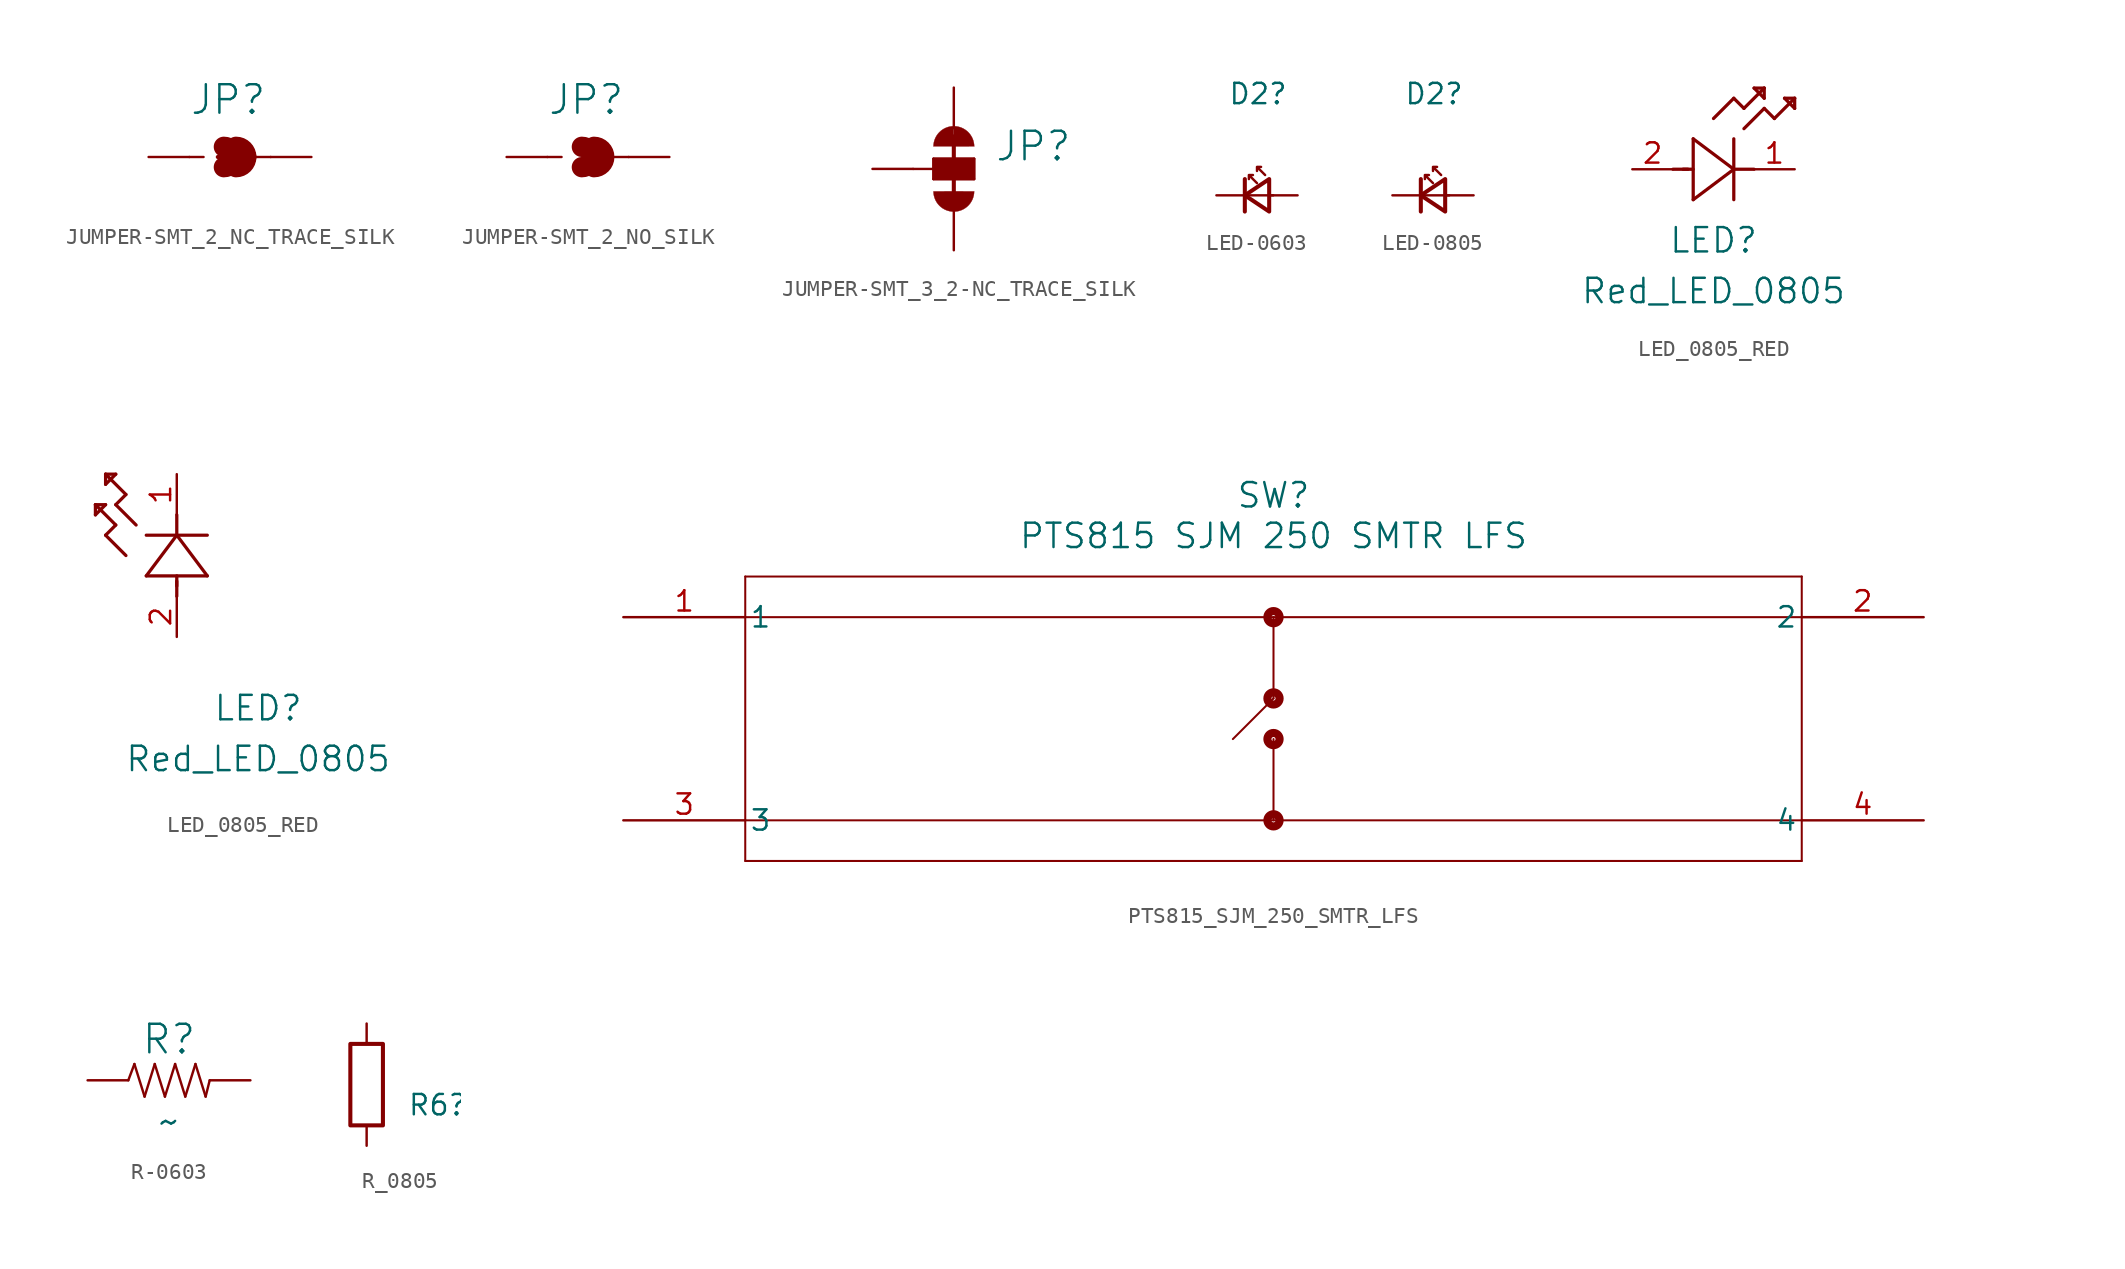
<source format=kicad_sym>
(kicad_symbol_lib
  (version 20220914)
  (generator kicad_symbol_editor)
  (symbol "JUMPER-SMT_2_NC_TRACE_SILK"
    (property "Reference" "JP"
      (at -2.54 2.54 0)
      (effects (font (size 1.778 1.778)) (justify left bottom)))
    (property "Value" ""
      (at -2.54 -2.54 0)
      (effects (font (size 1.778 1.778)) (justify left top)))
    (symbol "JUMPER-SMT_2_NC_TRACE_SILK_1_0"
      (arc (start -0.381 -0.635) (mid 0.2514 -0.0001) (end -0.3808 0.635) (stroke (width 1.27) (type solid)) (fill (type none)))
      (polyline (pts (xy -2.54 0) (xy -1.651 0)) (stroke (width 0.152) (type solid)) (fill (type none)))
      (polyline (pts (xy -0.762 0) (xy 1.016 0)) (stroke (width 0.254) (type solid)) (fill (type none)))
      (polyline (pts (xy 2.54 0) (xy 1.651 0)) (stroke (width 0.152) (type solid)) (fill (type none)))
      (arc (start 0.3809 -0.6351) (mid 0.83 -0.4491) (end 1.016 0) (stroke (width 1.27) (type solid)) (fill (type none)))
      (arc (start 1.0159 -0.0001) (mid 0.83 0.4489) (end 0.381 0.635) (stroke (width 1.27) (type solid)) (fill (type none)))
      (pin passive line (at -5.08 0 0) (length 2.54) (name "1" (effects (font (size 0 0)))) (number "1" (effects (font (size 0 0)))))
      (pin passive line (at 5.08 0 180) (length 2.54) (name "2" (effects (font (size 0 0)))) (number "2" (effects (font (size 0 0)))))))
  (symbol "JUMPER-SMT_2_NO_SILK"
    (property "Reference" "JP"
      (at -2.54 2.54 0)
      (effects (font (size 1.778 1.778)) (justify left bottom)))
    (property "Value" ""
      (at -2.54 -2.54 0)
      (effects (font (size 1.778 1.778)) (justify left top)))
    (symbol "JUMPER-SMT_2_NO_SILK_1_0"
      (arc (start -0.381 -0.635) (mid 0.2514 -0.0001) (end -0.3808 0.635) (stroke (width 1.27) (type solid)) (fill (type none)))
      (polyline (pts (xy -2.54 0) (xy -1.651 0)) (stroke (width 0.152) (type solid)) (fill (type none)))
      (polyline (pts (xy 2.54 0) (xy 1.651 0)) (stroke (width 0.152) (type solid)) (fill (type none)))
      (arc (start 0.3808 -0.635) (mid 1.0132 -0.0001) (end 0.381 0.635) (stroke (width 1.27) (type solid)) (fill (type none)))
      (pin passive line (at -5.08 0 0) (length 2.54) (name "1" (effects (font (size 0 0)))) (number "1" (effects (font (size 0 0)))))
      (pin passive line (at 5.08 0 180) (length 2.54) (name "2" (effects (font (size 0 0)))) (number "2" (effects (font (size 0 0)))))))
  (symbol "JUMPER-SMT_3_2-NC_TRACE_SILK"
    (property "Reference" "JP"
      (at 2.54 0.381 0)
      (effects (font (size 1.778 1.778)) (justify left bottom)))
    (property "Value" ""
      (at 2.54 -0.381 0)
      (effects (font (size 1.778 1.778)) (justify left top)))
    (symbol "JUMPER-SMT_3_2-NC_TRACE_SILK_1_0"
      (arc (start -1.27 -1.397) (mid 0 -2.6615) (end 1.27 -1.397) (stroke (width 0.0001) (type solid)) (fill (type outline)))
      (rectangle (start -1.27 -0.635) (end 1.27 0.635) (stroke (width 0) (type default)) (fill (type outline)))
      (polyline (pts (xy -2.54 0) (xy -1.27 0)) (stroke (width 0.152) (type solid)) (fill (type none)))
      (polyline (pts (xy -1.27 -0.635) (xy -1.27 0)) (stroke (width 0.152) (type solid)) (fill (type none)))
      (polyline (pts (xy -1.27 0) (xy -1.27 0.635)) (stroke (width 0.152) (type solid)) (fill (type none)))
      (polyline (pts (xy -1.27 0.635) (xy 1.27 0.635)) (stroke (width 0.152) (type solid)) (fill (type none)))
      (polyline (pts (xy 0 2.032) (xy 0 -1.778)) (stroke (width 0.254) (type solid)) (fill (type none)))
      (polyline (pts (xy 1.27 -0.635) (xy -1.27 -0.635)) (stroke (width 0.152) (type solid)) (fill (type none)))
      (polyline (pts (xy 1.27 0.635) (xy 1.27 -0.635)) (stroke (width 0.152) (type solid)) (fill (type none)))
      (arc (start 0 2.667) (mid -0.898 2.295) (end -1.27 1.397) (stroke (width 0.0001) (type solid)) (fill (type outline)))
      (arc (start 1.27 1.397) (mid 0.898 2.295) (end 0 2.667) (stroke (width 0.0001) (type solid)) (fill (type outline)))
      (pin passive line (at 0 5.08 270) (length 2.54) (name "1" (effects (font (size 0 0)))) (number "1" (effects (font (size 0 0)))))
      (pin passive line (at -5.08 0 0) (length 2.54) (name "2" (effects (font (size 0 0)))) (number "2" (effects (font (size 0 0)))))
      (pin passive line (at 0 -5.08 90) (length 2.54) (name "3" (effects (font (size 0 0)))) (number "3" (effects (font (size 0 0)))))))
  (symbol "LED-0603"
    (pin_numbers hide)
    (pin_names
      (offset 0.254) hide)
    (property "Reference" "D2"
      (at 0.064 6.35 0)
      (effects (font (size 1.27 1.27))))
    (property "Value" ""
      (at 0.064 3.81 0)
      (effects (font (size 1.27 1.27))))
    (symbol "LED-0603_0_1"
      (polyline (pts (xy -0.762 -1.016) (xy -0.762 1.016)) (stroke (width 0.254) (type default)) (fill (type none)))
      (polyline (pts (xy 1.016 0) (xy -0.762 0)) (stroke (width 0) (type default)) (fill (type none)))
      (polyline (pts (xy 0.762 -1.016) (xy -0.762 0) (xy 0.762 1.016) (xy 0.762 -1.016)) (stroke (width 0.254) (type default)) (fill (type none)))
      (polyline (pts (xy 0 0.762) (xy -0.508 1.27) (xy -0.254 1.27) (xy -0.508 1.27) (xy -0.508 1.016)) (stroke (width 0) (type default)) (fill (type none)))
      (polyline (pts (xy 0.508 1.27) (xy 0 1.778) (xy 0.254 1.778) (xy 0 1.778) (xy 0 1.524)) (stroke (width 0) (type default)) (fill (type none))))
    (symbol "LED-0603_1_1"
      (pin passive line (at -2.54 0 0) (length 1.778) (name "K" (effects (font (size 1.27 1.27)))) (number "1" (effects (font (size 1.27 1.27)))))
      (pin passive line (at 2.54 0 180) (length 1.778) (name "A" (effects (font (size 1.27 1.27)))) (number "2" (effects (font (size 1.27 1.27)))))))
  (symbol "LED-0805"
    (pin_numbers hide)
    (pin_names
      (offset 0.254) hide)
    (property "Reference" "D2"
      (at 0.064 6.35 0)
      (effects (font (size 1.27 1.27))))
    (property "Value" ""
      (at 0.064 3.81 0)
      (effects (font (size 1.27 1.27))))
    (symbol "LED-0805_0_1"
      (polyline (pts (xy -0.762 -1.016) (xy -0.762 1.016)) (stroke (width 0.254) (type default)) (fill (type none)))
      (polyline (pts (xy 1.016 0) (xy -0.762 0)) (stroke (width 0) (type default)) (fill (type none)))
      (polyline (pts (xy 0.762 -1.016) (xy -0.762 0) (xy 0.762 1.016) (xy 0.762 -1.016)) (stroke (width 0.254) (type default)) (fill (type none)))
      (polyline (pts (xy 0 0.762) (xy -0.508 1.27) (xy -0.254 1.27) (xy -0.508 1.27) (xy -0.508 1.016)) (stroke (width 0) (type default)) (fill (type none)))
      (polyline (pts (xy 0.508 1.27) (xy 0 1.778) (xy 0.254 1.778) (xy 0 1.778) (xy 0 1.524)) (stroke (width 0) (type default)) (fill (type none))))
    (symbol "LED-0805_1_1"
      (pin passive line (at -2.54 0 0) (length 1.778) (name "K" (effects (font (size 1.27 1.27)))) (number "1" (effects (font (size 1.27 1.27)))))
      (pin passive line (at 2.54 0 180) (length 1.778) (name "A" (effects (font (size 1.27 1.27)))) (number "2" (effects (font (size 1.27 1.27)))))))
  (symbol "LED_0805_RED"
    (pin_names
      (offset 0.254))
    (property "Reference" "LED"
      (at 5.08 -4.445 0)
      (effects (font (size 1.524 1.524))))
    (property "Value" "Red_LED_0805"
      (at 5.08 -7.62 0)
      (effects (font (size 1.524 1.524))))
    (symbol "LED_0805_RED_1_1"
      (polyline (pts (xy 2.54 0) (xy 3.48 0)) (stroke (width 0.203) (type default)) (fill (type none)))
      (polyline (pts (xy 3.175 0) (xy 3.81 0)) (stroke (width 0.203) (type default)) (fill (type none)))
      (polyline (pts (xy 3.81 -1.905) (xy 6.35 0)) (stroke (width 0.203) (type default)) (fill (type none)))
      (polyline (pts (xy 3.81 1.905) (xy 3.81 -1.905)) (stroke (width 0.203) (type default)) (fill (type none)))
      (polyline (pts (xy 5.08 3.175) (xy 6.35 4.445)) (stroke (width 0.203) (type default)) (fill (type none)))
      (polyline (pts (xy 6.35 -1.905) (xy 6.35 1.905)) (stroke (width 0.203) (type default)) (fill (type none)))
      (polyline (pts (xy 6.35 0) (xy 3.81 1.905)) (stroke (width 0.203) (type default)) (fill (type none)))
      (polyline (pts (xy 6.35 0) (xy 7.62 0)) (stroke (width 0.203) (type default)) (fill (type none)))
      (polyline (pts (xy 6.35 4.445) (xy 6.985 3.81)) (stroke (width 0.203) (type default)) (fill (type none)))
      (polyline (pts (xy 6.985 2.54) (xy 8.255 3.81)) (stroke (width 0.203) (type default)) (fill (type none)))
      (polyline (pts (xy 6.985 3.81) (xy 8.255 5.08)) (stroke (width 0.203) (type default)) (fill (type none)))
      (polyline (pts (xy 7.62 5.08) (xy 8.255 4.445)) (stroke (width 0.203) (type default)) (fill (type none)))
      (polyline (pts (xy 8.255 3.81) (xy 8.89 3.175)) (stroke (width 0.203) (type default)) (fill (type none)))
      (polyline (pts (xy 8.255 4.445) (xy 8.255 5.08)) (stroke (width 0.203) (type default)) (fill (type none)))
      (polyline (pts (xy 8.255 5.08) (xy 7.62 5.08)) (stroke (width 0.203) (type default)) (fill (type none)))
      (polyline (pts (xy 8.89 3.175) (xy 10.16 4.445)) (stroke (width 0.203) (type default)) (fill (type none)))
      (polyline (pts (xy 9.525 4.445) (xy 10.16 3.81)) (stroke (width 0.203) (type default)) (fill (type none)))
      (polyline (pts (xy 10.16 3.81) (xy 10.16 4.445)) (stroke (width 0.203) (type default)) (fill (type none)))
      (polyline (pts (xy 10.16 4.445) (xy 9.525 4.445)) (stroke (width 0.203) (type default)) (fill (type none)))
      (pin passive line (at 10.16 0 180) (length 2.54) (name "" (effects (font (size 1.27 1.27)))) (number "1" (effects (font (size 1.27 1.27)))))
      (pin passive line (at 0 0 0) (length 2.54) (name "" (effects (font (size 1.27 1.27)))) (number "2" (effects (font (size 1.27 1.27))))))
    (symbol "LED_0805_RED_1_2"
      (polyline (pts (xy -5.08 7.62) (xy -4.445 8.255)) (stroke (width 0.203) (type default)) (fill (type none)))
      (polyline (pts (xy -5.08 8.255) (xy -5.08 7.62)) (stroke (width 0.203) (type default)) (fill (type none)))
      (polyline (pts (xy -4.445 6.35) (xy -3.81 6.985)) (stroke (width 0.203) (type default)) (fill (type none)))
      (polyline (pts (xy -4.445 8.255) (xy -5.08 8.255)) (stroke (width 0.203) (type default)) (fill (type none)))
      (polyline (pts (xy -4.445 9.525) (xy -3.81 10.16)) (stroke (width 0.203) (type default)) (fill (type none)))
      (polyline (pts (xy -4.445 10.16) (xy -4.445 9.525)) (stroke (width 0.203) (type default)) (fill (type none)))
      (polyline (pts (xy -3.81 6.985) (xy -5.08 8.255)) (stroke (width 0.203) (type default)) (fill (type none)))
      (polyline (pts (xy -3.81 8.255) (xy -3.175 8.89)) (stroke (width 0.203) (type default)) (fill (type none)))
      (polyline (pts (xy -3.81 10.16) (xy -4.445 10.16)) (stroke (width 0.203) (type default)) (fill (type none)))
      (polyline (pts (xy -3.175 5.08) (xy -4.445 6.35)) (stroke (width 0.203) (type default)) (fill (type none)))
      (polyline (pts (xy -3.175 8.89) (xy -4.445 10.16)) (stroke (width 0.203) (type default)) (fill (type none)))
      (polyline (pts (xy -2.54 6.985) (xy -3.81 8.255)) (stroke (width 0.203) (type default)) (fill (type none)))
      (polyline (pts (xy -1.905 3.81) (xy 1.905 3.81)) (stroke (width 0.203) (type default)) (fill (type none)))
      (polyline (pts (xy 0 2.54) (xy 0 3.48)) (stroke (width 0.203) (type default)) (fill (type none)))
      (polyline (pts (xy 0 3.175) (xy 0 3.81)) (stroke (width 0.203) (type default)) (fill (type none)))
      (polyline (pts (xy 0 6.35) (xy -1.905 3.81)) (stroke (width 0.203) (type default)) (fill (type none)))
      (polyline (pts (xy 0 6.35) (xy 0 7.62)) (stroke (width 0.203) (type default)) (fill (type none)))
      (polyline (pts (xy 1.905 3.81) (xy 0 6.35)) (stroke (width 0.203) (type default)) (fill (type none)))
      (polyline (pts (xy 1.905 6.35) (xy -1.905 6.35)) (stroke (width 0.203) (type default)) (fill (type none)))
      (pin unspecified line (at 0 10.16 270) (length 2.54) (name "" (effects (font (size 1.27 1.27)))) (number "1" (effects (font (size 1.27 1.27)))))
      (pin unspecified line (at 0 0 90) (length 2.54) (name "" (effects (font (size 1.27 1.27)))) (number "2" (effects (font (size 1.27 1.27)))))))
  (symbol "PTS815_SJM_250_SMTR_LFS"
    (pin_names
      (offset 0.254))
    (property "Reference" "SW"
      (at 40.64 7.62 0)
      (effects (font (size 1.524 1.524))))
    (property "Value" "PTS815 SJM 250 SMTR LFS"
      (at 40.64 5.08 0)
      (effects (font (size 1.524 1.524))))
    (symbol "PTS815_SJM_250_SMTR_LFS_0_1"
      (polyline (pts (xy 7.62 -15.24) (xy 73.66 -15.24)) (stroke (width 0.127) (type default)) (fill (type none)))
      (polyline (pts (xy 7.62 0) (xy 73.66 0)) (stroke (width 0.127) (type default)) (fill (type none)))
      (polyline (pts (xy 7.62 2.54) (xy 7.62 -15.24)) (stroke (width 0.127) (type default)) (fill (type none)))
      (polyline (pts (xy 38.1 -7.62) (xy 40.64 -5.08)) (stroke (width 0.127) (type default)) (fill (type none)))
      (polyline (pts (xy 40.64 -7.62) (xy 40.64 -12.7)) (stroke (width 0.127) (type default)) (fill (type none)))
      (polyline (pts (xy 40.64 -5.08) (xy 40.64 0)) (stroke (width 0.127) (type default)) (fill (type none)))
      (polyline (pts (xy 73.66 -15.24) (xy 73.66 2.54)) (stroke (width 0.127) (type default)) (fill (type none)))
      (polyline (pts (xy 73.66 -12.7) (xy 7.62 -12.7)) (stroke (width 0.127) (type default)) (fill (type none)))
      (polyline (pts (xy 73.66 2.54) (xy 7.62 2.54)) (stroke (width 0.127) (type default)) (fill (type none)))
      (circle (center 40.64 -12.7) (radius 0.127) (stroke (width 0.508) (type default)) (fill (type none)))
      (circle (center 40.64 -7.62) (radius 0.127) (stroke (width 0.508) (type default)) (fill (type none)))
      (circle (center 40.64 -5.08) (radius 0.127) (stroke (width 0.508) (type default)) (fill (type none)))
      (circle (center 40.64 0) (radius 0.127) (stroke (width 0.508) (type default)) (fill (type none))))
    (symbol "PTS815_SJM_250_SMTR_LFS_1_1"
      (pin passive line (at 0 0 0) (length 7.62) (name "1" (effects (font (size 1.27 1.27)))) (number "1" (effects (font (size 1.27 1.27)))))
      (pin passive line (at 81.28 0 180) (length 7.62) (name "2" (effects (font (size 1.27 1.27)))) (number "2" (effects (font (size 1.27 1.27)))))
      (pin passive line (at 0 -12.7 0) (length 7.62) (name "3" (effects (font (size 1.27 1.27)))) (number "3" (effects (font (size 1.27 1.27)))))
      (pin passive line (at 81.28 -12.7 180) (length 7.62) (name "4" (effects (font (size 1.27 1.27)))) (number "4" (effects (font (size 1.27 1.27)))))))
  (symbol "R-0603"
    (property "Reference" "R"
      (at 0 1.524 0)
      (effects (font (size 1.778 1.778)) (justify bottom)))
    (property "Value" "~"
      (at 0 -1.524 0)
      (effects (font (size 1.778 1.778)) (justify top)))
    (symbol "R-0603_1_0"
      (polyline (pts (xy -2.54 0) (xy -2.159 1.016)) (stroke (width 0.152) (type solid)) (fill (type none)))
      (polyline (pts (xy -2.159 1.016) (xy -1.524 -1.016)) (stroke (width 0.152) (type solid)) (fill (type none)))
      (polyline (pts (xy -1.524 -1.016) (xy -0.889 1.016)) (stroke (width 0.152) (type solid)) (fill (type none)))
      (polyline (pts (xy -0.889 1.016) (xy -0.254 -1.016)) (stroke (width 0.152) (type solid)) (fill (type none)))
      (polyline (pts (xy -0.254 -1.016) (xy 0.381 1.016)) (stroke (width 0.152) (type solid)) (fill (type none)))
      (polyline (pts (xy 0.381 1.016) (xy 1.016 -1.016)) (stroke (width 0.152) (type solid)) (fill (type none)))
      (polyline (pts (xy 1.016 -1.016) (xy 1.651 1.016)) (stroke (width 0.152) (type solid)) (fill (type none)))
      (polyline (pts (xy 1.651 1.016) (xy 2.286 -1.016)) (stroke (width 0.152) (type solid)) (fill (type none)))
      (polyline (pts (xy 2.286 -1.016) (xy 2.54 0)) (stroke (width 0.152) (type solid)) (fill (type none)))
      (pin passive line (at -5.08 0 0) (length 2.54) (name "1" (effects (font (size 0 0)))) (number "1" (effects (font (size 0 0)))))
      (pin passive line (at 5.08 0 180) (length 2.54) (name "2" (effects (font (size 0 0)))) (number "2" (effects (font (size 0 0)))))))
  (symbol "R_0805"
    (pin_numbers hide)
    (pin_names
      (offset 0))
    (property "Reference" "R6"
      (at 2.54 -5.08 0)
      (effects (font (size 1.27 1.27)) (justify left)))
    (property "Value" ""
      (at 0 -5.08 90)
      (effects (font (size 1.27 1.27)) (justify left)))
    (symbol "R_0805_0_1"
      (rectangle (start -1.016 -6.35) (end 1.016 -1.27) (stroke (width 0.254) (type default)) (fill (type none))))
    (symbol "R_0805_1_1"
      (pin passive line (at 0 0 270) (length 1.27) (name "~" (effects (font (size 1.27 1.27)))) (number "1" (effects (font (size 1.27 1.27)))))
      (pin passive line (at 0 -7.62 90) (length 1.27) (name "~" (effects (font (size 1.27 1.27)))) (number "2" (effects (font (size 1.27 1.27))))))))
</source>
